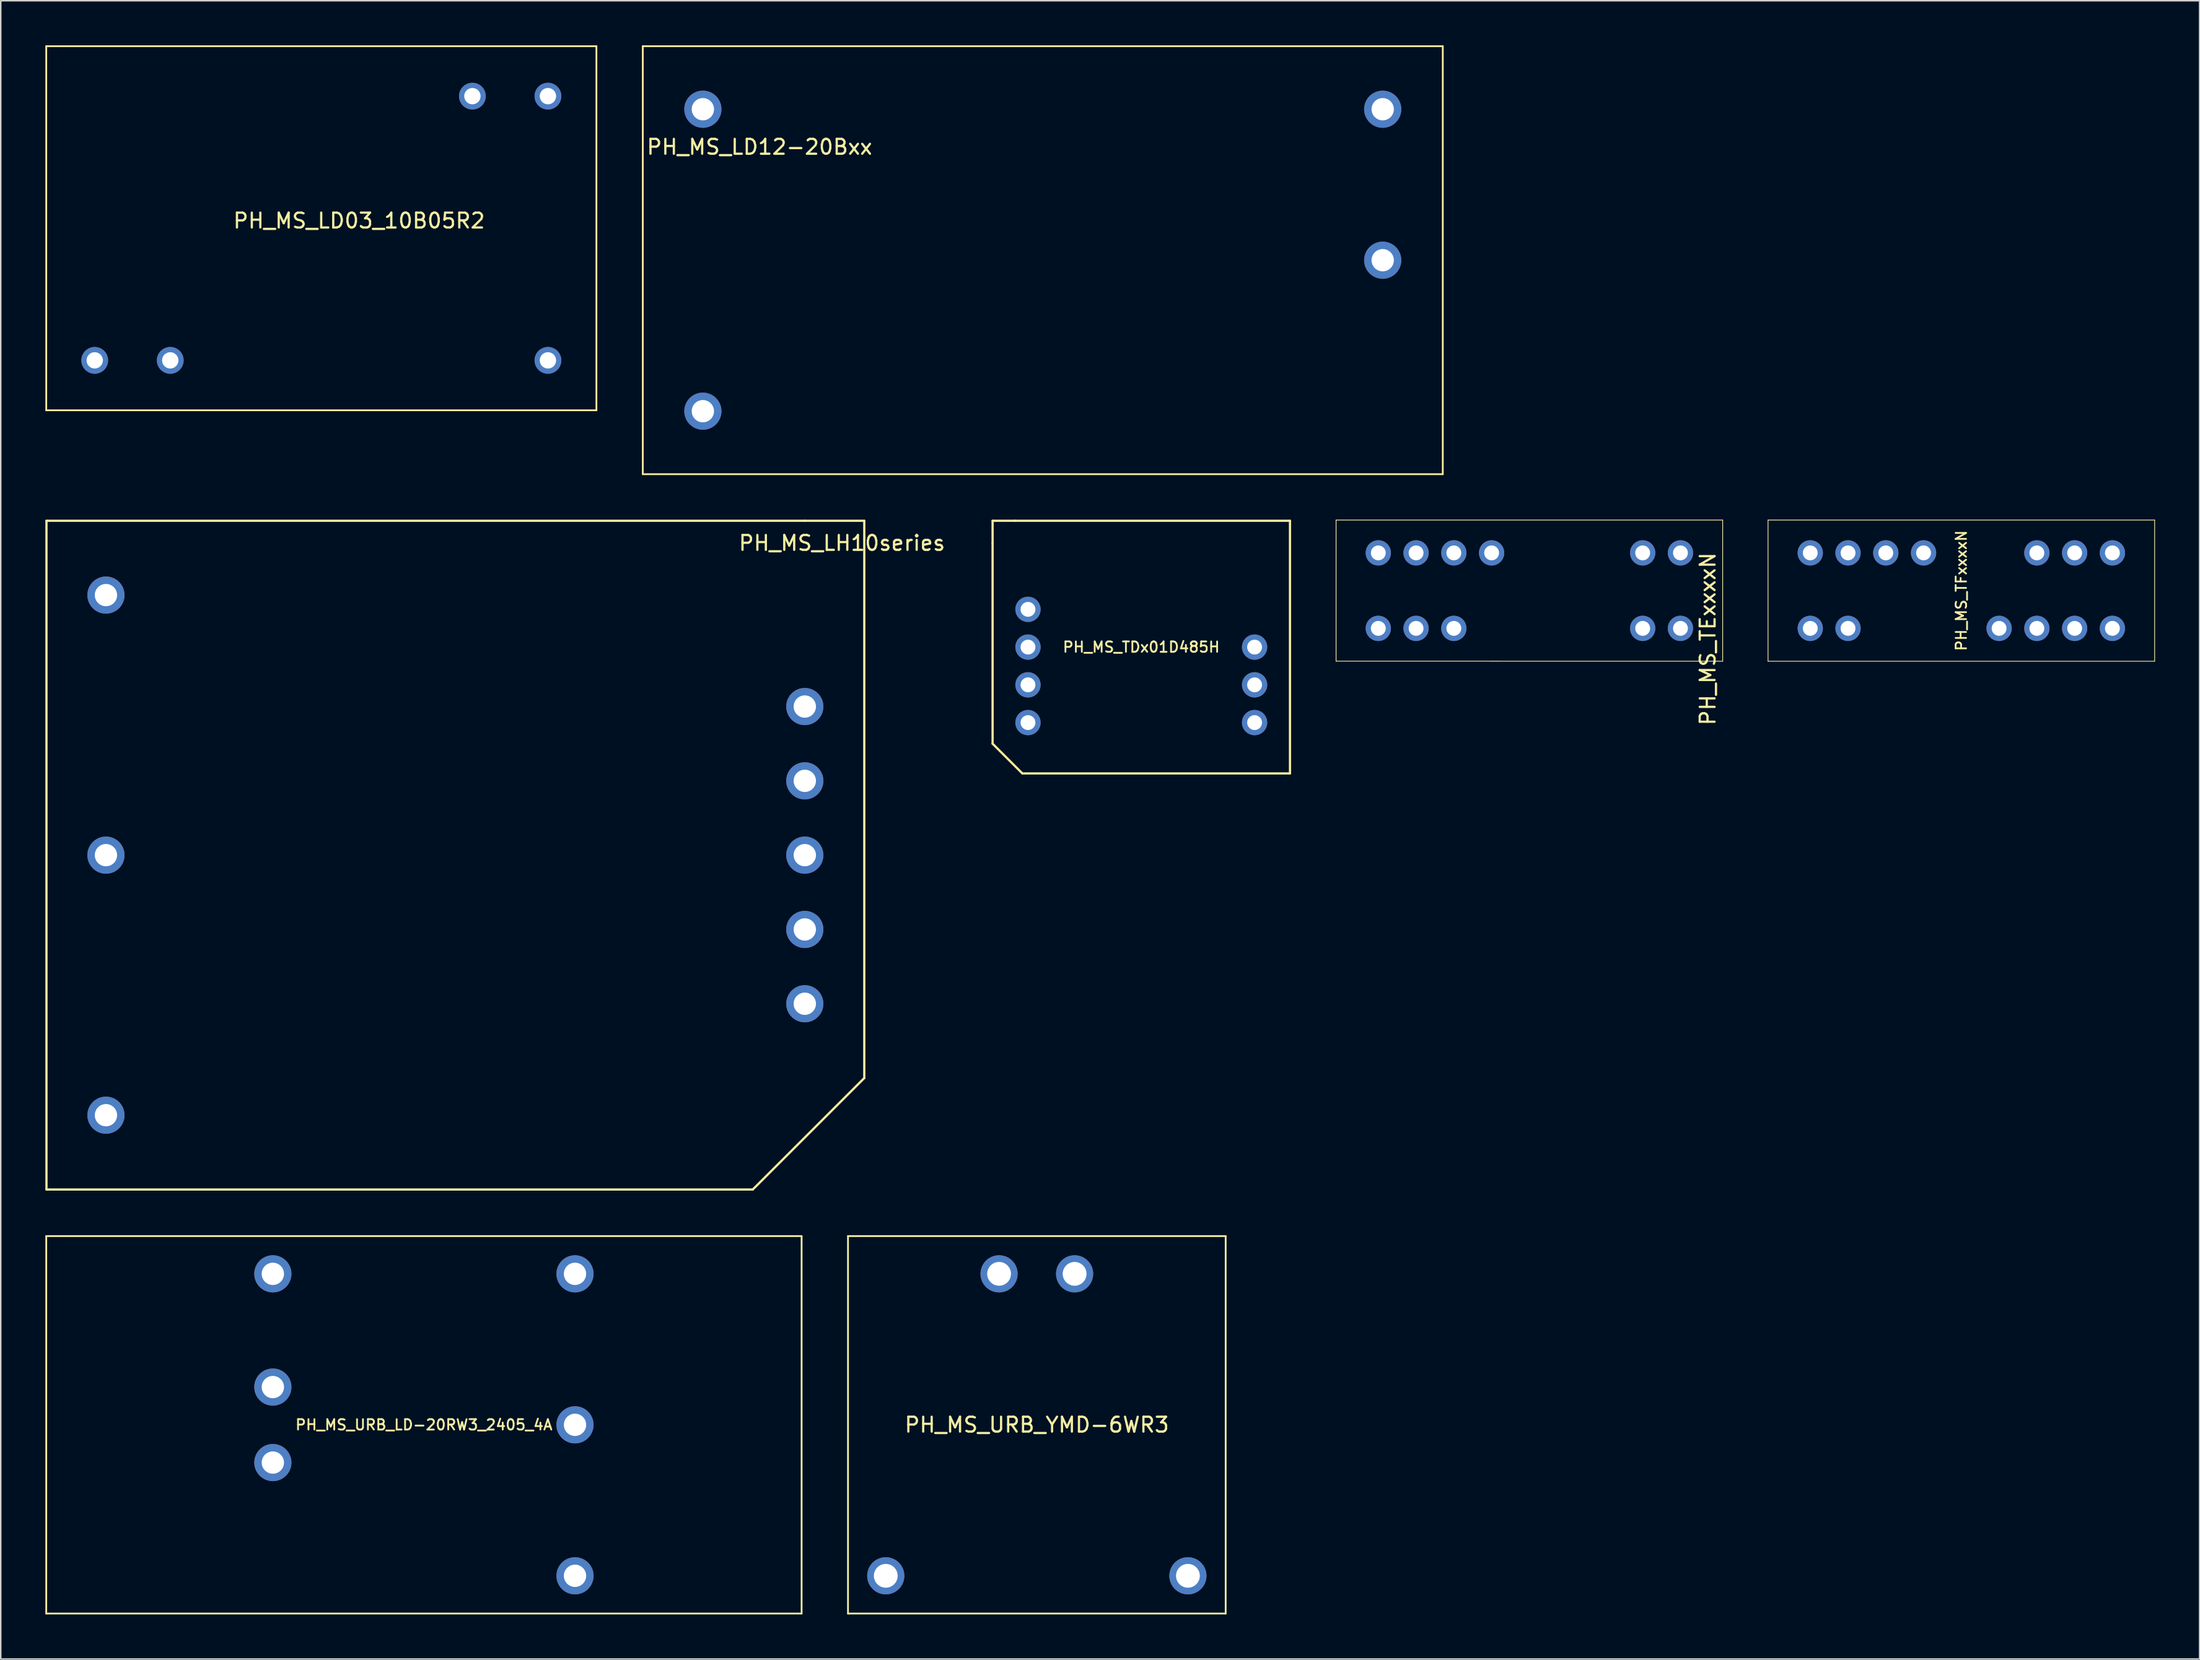
<source format=kicad_pcb>
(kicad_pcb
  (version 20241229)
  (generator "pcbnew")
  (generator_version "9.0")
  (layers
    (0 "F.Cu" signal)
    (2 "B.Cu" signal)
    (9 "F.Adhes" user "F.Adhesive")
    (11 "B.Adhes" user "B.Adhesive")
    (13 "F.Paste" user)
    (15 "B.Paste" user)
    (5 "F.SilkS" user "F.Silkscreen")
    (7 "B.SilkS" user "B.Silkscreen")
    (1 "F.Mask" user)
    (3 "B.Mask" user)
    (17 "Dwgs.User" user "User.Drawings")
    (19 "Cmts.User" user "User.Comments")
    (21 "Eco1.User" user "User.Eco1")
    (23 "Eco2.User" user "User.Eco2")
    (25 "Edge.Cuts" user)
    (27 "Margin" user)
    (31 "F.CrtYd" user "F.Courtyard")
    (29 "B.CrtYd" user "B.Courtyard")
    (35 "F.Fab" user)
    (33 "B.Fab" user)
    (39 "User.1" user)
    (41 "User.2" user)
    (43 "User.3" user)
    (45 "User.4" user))
  (footprint "PH_MS_URB_LD-20RW3_2405_4A"
    (layer "F.Cu")
    (at 25.46 92.83)
    (property "Reference" "PH_MS_URB_LD-20RW3_2405_4A" (at 0 0 0) (layer "F.SilkS") (effects (font (size 0.7 0.7) (thickness 0.12))))
    (attr through_hole)
    (fp_line (start -25.4 -12.7) (end -25.4 12.7) (stroke (width 0.12) (type solid)) (layer "F.SilkS"))
    (fp_line (start -25.4 -12.7) (end 25.4 -12.7) (stroke (width 0.12) (type solid)) (layer "F.SilkS"))
    (fp_line (start -25.4 12.7) (end 25.4 12.7) (stroke (width 0.12) (type solid)) (layer "F.SilkS"))
    (fp_line (start 25.4 12.7) (end 25.4 -12.7) (stroke (width 0.12) (type solid)) (layer "F.SilkS"))
    (pad "1" thru_hole circle (at -10.16 -2.54) (size 2.5 2.5) (drill 1.5) (layers "*.Cu" "*.Mask"))
    (pad "2" thru_hole circle (at -10.16 2.54) (size 2.5 2.5) (drill 1.5) (layers "*.Cu" "*.Mask"))
    (pad "3" thru_hole circle (at 10.16 10.16) (size 2.5 2.5) (drill 1.5) (layers "*.Cu" "*.Mask"))
    (pad "4" thru_hole circle (at 10.16 0) (size 2.5 2.5) (drill 1.5) (layers "*.Cu" "*.Mask"))
    (pad "5" thru_hole circle (at 10.16 -10.16) (size 2.5 2.5) (drill 1.5) (layers "*.Cu" "*.Mask"))
    (pad "6" thru_hole circle (at -10.16 -10.16) (size 2.5 2.5) (drill 1.5) (layers "*.Cu" "*.Mask")))
  (footprint "PH_MS_LD12-20Bxx"
    (layer "F.Cu")
    (at 67.08 14.46)
    (property "Reference" "PH_MS_LD12-20Bxx" (at -19.05 -7.62 0) (layer "F.SilkS") (effects (font (size 1 1) (thickness 0.15))))
    (attr through_hole)
    (fp_line (start -26.9 -14.4) (end -26.9 14.4) (stroke (width 0.12) (type solid)) (layer "F.SilkS"))
    (fp_line (start -26.9 -14.4) (end 26.9 -14.4) (stroke (width 0.12) (type solid)) (layer "F.SilkS"))
    (fp_line (start -26.9 14.4) (end 26.9 14.4) (stroke (width 0.12) (type solid)) (layer "F.SilkS"))
    (fp_line (start 26.9 -14.4) (end 26.9 14.4) (stroke (width 0.12) (type solid)) (layer "F.SilkS"))
    (pad "1" thru_hole circle (at -22.86 -10.16) (size 2.5 2.5) (drill 1.5) (layers "*.Cu" "*.Mask"))
    (pad "2" thru_hole circle (at -22.86 10.16) (size 2.5 2.5) (drill 1.5) (layers "*.Cu" "*.Mask"))
    (pad "3" thru_hole circle (at 22.86 -10.16) (size 2.5 2.5) (drill 1.5) (layers "*.Cu" "*.Mask"))
    (pad "4" thru_hole circle (at 22.86 0) (size 2.5 2.5) (drill 1.5) (layers "*.Cu" "*.Mask")))
  (footprint "PH_MS_URB_YMD-6WR3"
    (layer "F.Cu")
    (at 66.68 92.83)
    (property "Reference" "PH_MS_URB_YMD-6WR3" (at 0 0 0) (layer "F.SilkS") (effects (font (size 1 1) (thickness 0.15))))
    (attr through_hole)
    (fp_line (start -12.7 -12.7) (end -12.7 12.7) (stroke (width 0.12) (type solid)) (layer "F.SilkS"))
    (fp_line (start -12.7 -12.7) (end 12.7 -12.7) (stroke (width 0.12) (type solid)) (layer "F.SilkS"))
    (fp_line (start -12.7 12.7) (end 12.7 12.7) (stroke (width 0.12) (type solid)) (layer "F.SilkS"))
    (fp_line (start 12.7 12.7) (end 12.7 -12.7) (stroke (width 0.12) (type solid)) (layer "F.SilkS"))
    (pad "1" thru_hole circle (at 2.54 -10.16) (size 2.5 2.5) (drill 1.6) (layers "*.Cu" "*.Mask"))
    (pad "2" thru_hole circle (at -2.54 -10.16) (size 2.5 2.5) (drill 1.6) (layers "*.Cu" "*.Mask"))
    (pad "3" thru_hole circle (at -10.16 10.16) (size 2.5 2.5) (drill 1.6) (layers "*.Cu" "*.Mask"))
    (pad "5" thru_hole circle (at 10.16 10.16) (size 2.5 2.5) (drill 1.6) (layers "*.Cu" "*.Mask")))
  (footprint "PH_MS_LD03_10B05R2"
    (layer "F.Cu")
    (at 18.56 12.31)
    (property "Reference" "PH_MS_LD03_10B05R2" (at 2.54 -0.508 0) (layer "F.SilkS") (effects (font (size 1 1) (thickness 0.15))))
    (attr through_hole)
    (fp_line (start -18.5 -12.25) (end -18.5 12.25) (stroke (width 0.12) (type solid)) (layer "F.SilkS"))
    (fp_line (start -18.5 -12.25) (end 18.5 -12.25) (stroke (width 0.12) (type solid)) (layer "F.SilkS"))
    (fp_line (start -18.5 12.25) (end 18.5 12.25) (stroke (width 0.12) (type solid)) (layer "F.SilkS"))
    (fp_line (start 18.5 -12.25) (end 18.5 12.25) (stroke (width 0.12) (type solid)) (layer "F.SilkS"))
    (pad "1" thru_hole circle (at -15.24 8.89) (size 1.8 1.8) (drill 1.1) (layers "*.Cu" "*.Mask"))
    (pad "3" thru_hole circle (at -10.16 8.89) (size 1.8 1.8) (drill 1.1) (layers "*.Cu" "*.Mask"))
    (pad "13" thru_hole circle (at 15.24 8.89) (size 1.8 1.8) (drill 1.1) (layers "*.Cu" "*.Mask"))
    (pad "14" thru_hole circle (at 15.24 -8.89) (size 1.8 1.8) (drill 1.1) (layers "*.Cu" "*.Mask"))
    (pad "16" thru_hole circle (at 10.16 -8.89) (size 1.8 1.8) (drill 1.1) (layers "*.Cu" "*.Mask")))
  (footprint "PH_MS_LH10series"
    (layer "F.Cu")
    (at 27.575 54.495)
    (property "Reference" "PH_MS_LH10series" (at 26 -21 0) (layer "F.SilkS") (effects (font (size 1 1) (thickness 0.15))))
    (attr through_hole)
    (fp_line (start -27.5 -22.5) (end -27.5 22.5) (stroke (width 0.15) (type solid)) (layer "F.SilkS"))
    (fp_line (start -27.5 22.5) (end 20 22.5) (stroke (width 0.15) (type solid)) (layer "F.SilkS"))
    (fp_line (start 23.5 -22.5) (end -27.5 -22.5) (stroke (width 0.15) (type solid)) (layer "F.SilkS"))
    (fp_line (start 23.5 -22.5) (end 27.5 -22.5) (stroke (width 0.15) (type solid)) (layer "F.SilkS"))
    (fp_line (start 27.5 -22.5) (end 27.5 15) (stroke (width 0.15) (type solid)) (layer "F.SilkS"))
    (fp_line (start 27.5 15) (end 20 22.5) (stroke (width 0.15) (type solid)) (layer "F.SilkS"))
    (pad "1" thru_hole circle (at -23.5 -17.5) (size 2.5 2.5) (drill 1.5) (layers "*.Cu" "*.Mask"))
    (pad "2" thru_hole circle (at -23.5 0) (size 2.5 2.5) (drill 1.5) (layers "*.Cu" "*.Mask"))
    (pad "3" thru_hole circle (at -23.5 17.5) (size 2.5 2.5) (drill 1.5) (layers "*.Cu" "*.Mask"))
    (pad "4" thru_hole circle (at 23.5 -10) (size 2.5 2.5) (drill 1.5) (layers "*.Cu" "*.Mask"))
    (pad "5" thru_hole circle (at 23.5 -5) (size 2.5 2.5) (drill 1.5) (layers "*.Cu" "*.Mask"))
    (pad "6" thru_hole circle (at 23.5 0) (size 2.5 2.5) (drill 1.5) (layers "*.Cu" "*.Mask"))
    (pad "7" thru_hole circle (at 23.5 5) (size 2.5 2.5) (drill 1.5) (layers "*.Cu" "*.Mask"))
    (pad "8" thru_hole circle (at 23.5 10) (size 2.5 2.5) (drill 1.5) (layers "*.Cu" "*.Mask")))
  (footprint "PH_MS_TFxxxxN"
    (layer "F.Cu")
    (at 128.854 36.695)
    (property "Reference" "PH_MS_TFxxxxN" (at 0 0 270) (layer "F.SilkS") (effects (font (size 0.7 0.7) (thickness 0.12))))
    (attr through_hole)
    (fp_line (start -13 -4.75) (end -13 4.75) (stroke (width 0.05) (type solid)) (layer "F.SilkS"))
    (fp_line (start -13 4.75) (end 13 4.75) (stroke (width 0.05) (type solid)) (layer "F.SilkS"))
    (fp_line (start 13 -4.75) (end -13 -4.75) (stroke (width 0.05) (type solid)) (layer "F.SilkS"))
    (fp_line (start 13 4.75) (end 13 -4.75) (stroke (width 0.05) (type solid)) (layer "F.SilkS"))
    (pad "1" thru_hole circle (at -10.16 2.54) (size 1.7 1.7) (drill 1) (layers "*.Cu" "*.Mask"))
    (pad "2" thru_hole circle (at -7.62 2.54) (size 1.7 1.7) (drill 1) (layers "*.Cu" "*.Mask"))
    (pad "6" thru_hole circle (at 2.54 2.54) (size 1.7 1.7) (drill 1) (layers "*.Cu" "*.Mask"))
    (pad "7" thru_hole circle (at 5.08 2.54) (size 1.7 1.7) (drill 1) (layers "*.Cu" "*.Mask"))
    (pad "8" thru_hole circle (at 7.62 2.54) (size 1.7 1.7) (drill 1) (layers "*.Cu" "*.Mask"))
    (pad "9" thru_hole circle (at 10.16 2.54) (size 1.7 1.7) (drill 1) (layers "*.Cu" "*.Mask"))
    (pad "10" thru_hole circle (at 10.16 -2.54) (size 1.7 1.7) (drill 1) (layers "*.Cu" "*.Mask"))
    (pad "11" thru_hole circle (at 7.62 -2.54) (size 1.7 1.7) (drill 1) (layers "*.Cu" "*.Mask"))
    (pad "12" thru_hole circle (at 5.08 -2.54) (size 1.7 1.7) (drill 1) (layers "*.Cu" "*.Mask"))
    (pad "15" thru_hole circle (at -2.54 -2.54) (size 1.7 1.7) (drill 1) (layers "*.Cu" "*.Mask"))
    (pad "16" thru_hole circle (at -5.08 -2.54) (size 1.7 1.7) (drill 1) (layers "*.Cu" "*.Mask"))
    (pad "17" thru_hole circle (at -7.62 -2.54) (size 1.7 1.7) (drill 1) (layers "*.Cu" "*.Mask"))
    (pad "18" thru_hole circle (at -10.16 -2.54) (size 1.7 1.7) (drill 1) (layers "*.Cu" "*.Mask")))
  (footprint "PH_MS_TDx01D485H"
    (layer "F.Cu")
    (at 73.704 40.495)
    (property "Reference" "PH_MS_TDx01D485H" (at 0 0 180) (layer "F.SilkS") (effects (font (size 0.7 0.7) (thickness 0.12))))
    (attr through_hole)
    (fp_line (start -10 -8.5) (end -8.5 -8.5) (stroke (width 0.15) (type solid)) (layer "F.SilkS"))
    (fp_line (start -10 -7) (end -10 -8.5) (stroke (width 0.15) (type solid)) (layer "F.SilkS"))
    (fp_line (start -10 6.5) (end -10 -7) (stroke (width 0.15) (type solid)) (layer "F.SilkS"))
    (fp_line (start -10 6.5) (end -8 8.5) (stroke (width 0.15) (type solid)) (layer "F.SilkS"))
    (fp_line (start -8.5 -8.5) (end 10 -8.5) (stroke (width 0.15) (type solid)) (layer "F.SilkS"))
    (fp_line (start 10 -8.5) (end 10 8.5) (stroke (width 0.15) (type solid)) (layer "F.SilkS"))
    (fp_line (start 10 8.5) (end -8 8.5) (stroke (width 0.15) (type solid)) (layer "F.SilkS"))
    (pad "1" thru_hole circle (at -7.62 5.08) (size 1.7 1.7) (drill 1) (layers "*.Cu" "*.Mask"))
    (pad "2" thru_hole circle (at -7.62 2.54) (size 1.7 1.7) (drill 1) (layers "*.Cu" "*.Mask"))
    (pad "3" thru_hole circle (at -7.62 0) (size 1.7 1.7) (drill 1) (layers "*.Cu" "*.Mask"))
    (pad "4" thru_hole circle (at -7.62 -2.54) (size 1.7 1.7) (drill 1) (layers "*.Cu" "*.Mask"))
    (pad "8" thru_hole circle (at 7.62 0) (size 1.7 1.7) (drill 1) (layers "*.Cu" "*.Mask"))
    (pad "9" thru_hole circle (at 7.62 2.54) (size 1.7 1.7) (drill 1) (layers "*.Cu" "*.Mask"))
    (pad "10" thru_hole circle (at 7.62 5.08) (size 1.7 1.7) (drill 1) (layers "*.Cu" "*.Mask")))
  (footprint "PH_MS_TExxxxN"
    (layer "F.Cu")
    (at 99.804 36.695)
    (property "Reference" "PH_MS_TExxxxN" (at 12 3.25 90) (layer "F.SilkS") (effects (font (size 1 1) (thickness 0.15))))
    (attr through_hole)
    (fp_line (start -13 -4.75) (end -13 4.75) (stroke (width 0.05) (type solid)) (layer "F.SilkS"))
    (fp_line (start -13 4.745) (end 13 4.75) (stroke (width 0.05) (type solid)) (layer "F.SilkS"))
    (fp_line (start 13 -4.75) (end -13 -4.75) (stroke (width 0.05) (type solid)) (layer "F.SilkS"))
    (fp_line (start 13 4.75) (end 13 -4.75) (stroke (width 0.05) (type solid)) (layer "F.SilkS"))
    (pad "1" thru_hole circle (at -10.16 2.54) (size 1.7 1.7) (drill 1) (layers "*.Cu" "*.Mask"))
    (pad "2" thru_hole circle (at -7.62 2.54) (size 1.7 1.7) (drill 1) (layers "*.Cu" "*.Mask"))
    (pad "3" thru_hole circle (at -5.08 2.54) (size 1.7 1.7) (drill 1) (layers "*.Cu" "*.Mask"))
    (pad "8" thru_hole circle (at 7.62 2.54) (size 1.7 1.7) (drill 1) (layers "*.Cu" "*.Mask"))
    (pad "9" thru_hole circle (at 10.16 2.54) (size 1.7 1.7) (drill 1) (layers "*.Cu" "*.Mask"))
    (pad "10" thru_hole circle (at 10.16 -2.54) (size 1.7 1.7) (drill 1) (layers "*.Cu" "*.Mask"))
    (pad "11" thru_hole circle (at 7.62 -2.54) (size 1.7 1.7) (drill 1) (layers "*.Cu" "*.Mask"))
    (pad "15" thru_hole circle (at -2.54 -2.54) (size 1.7 1.7) (drill 1) (layers "*.Cu" "*.Mask"))
    (pad "16" thru_hole circle (at -5.08 -2.54) (size 1.7 1.7) (drill 1) (layers "*.Cu" "*.Mask"))
    (pad "17" thru_hole circle (at -7.62 -2.54) (size 1.7 1.7) (drill 1) (layers "*.Cu" "*.Mask"))
    (pad "18" thru_hole circle (at -10.16 -2.54) (size 1.7 1.7) (drill 1) (layers "*.Cu" "*.Mask")))
  (gr_rect
    (start -3 -3)
    (end 144.879 108.59)
    (stroke (width 0.1) (type default))
    (fill no)
    (layer "Edge.Cuts")))
</source>
